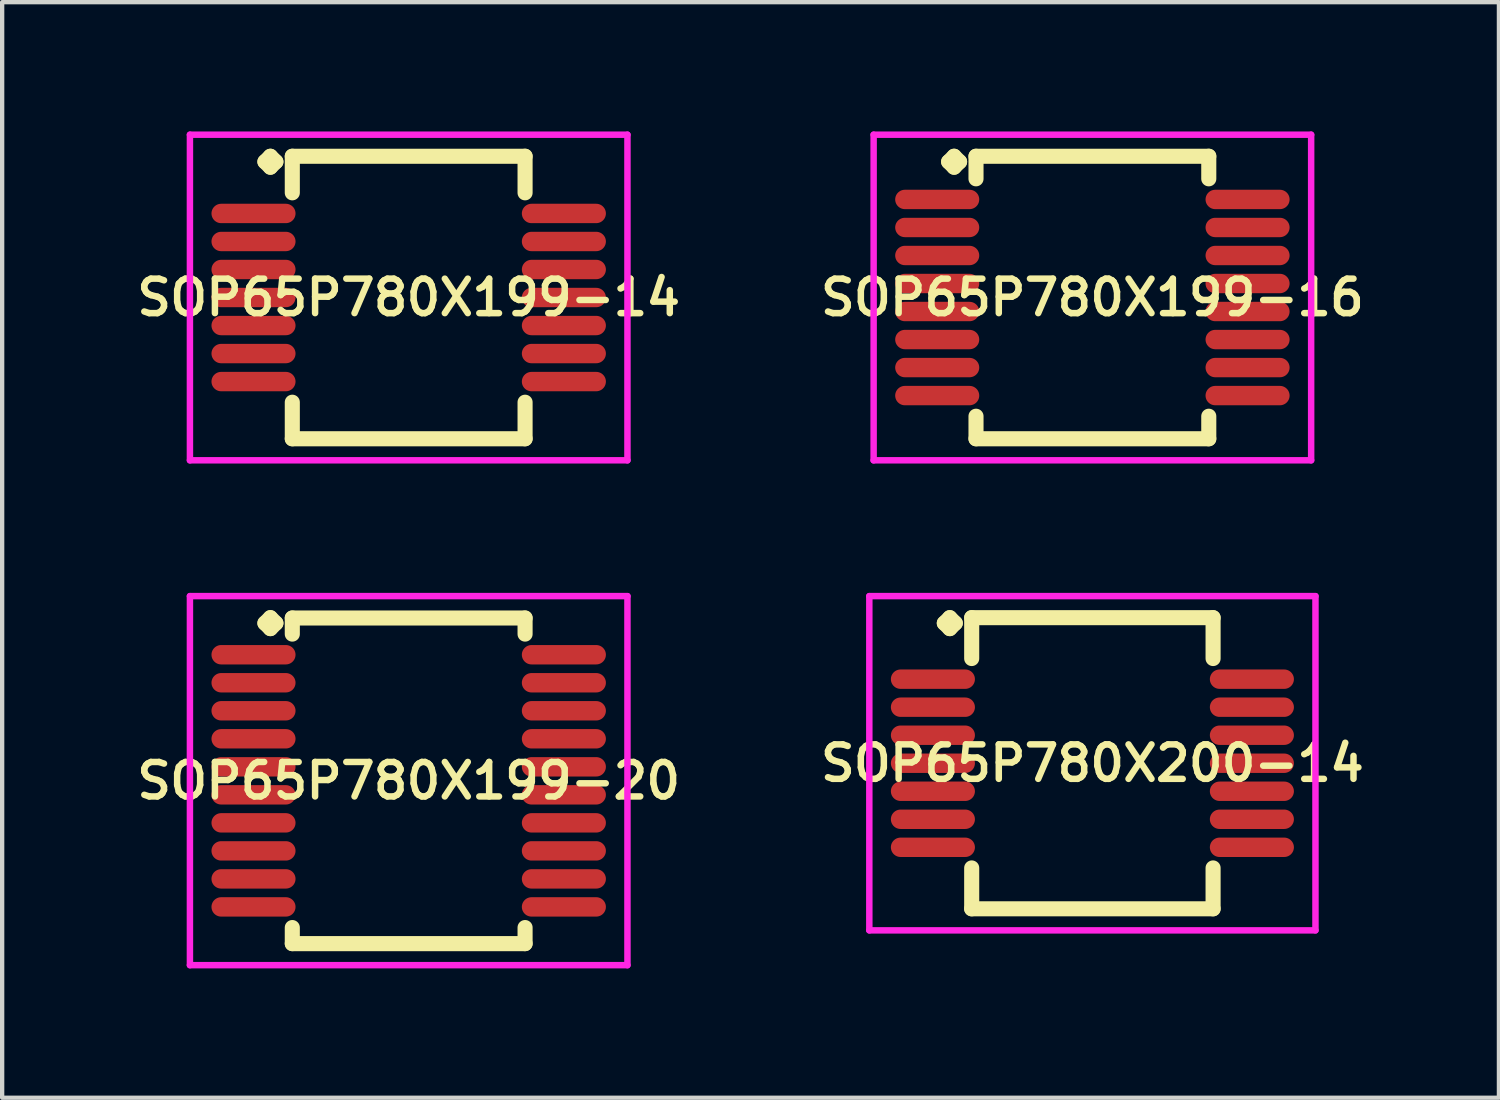
<source format=kicad_pcb>
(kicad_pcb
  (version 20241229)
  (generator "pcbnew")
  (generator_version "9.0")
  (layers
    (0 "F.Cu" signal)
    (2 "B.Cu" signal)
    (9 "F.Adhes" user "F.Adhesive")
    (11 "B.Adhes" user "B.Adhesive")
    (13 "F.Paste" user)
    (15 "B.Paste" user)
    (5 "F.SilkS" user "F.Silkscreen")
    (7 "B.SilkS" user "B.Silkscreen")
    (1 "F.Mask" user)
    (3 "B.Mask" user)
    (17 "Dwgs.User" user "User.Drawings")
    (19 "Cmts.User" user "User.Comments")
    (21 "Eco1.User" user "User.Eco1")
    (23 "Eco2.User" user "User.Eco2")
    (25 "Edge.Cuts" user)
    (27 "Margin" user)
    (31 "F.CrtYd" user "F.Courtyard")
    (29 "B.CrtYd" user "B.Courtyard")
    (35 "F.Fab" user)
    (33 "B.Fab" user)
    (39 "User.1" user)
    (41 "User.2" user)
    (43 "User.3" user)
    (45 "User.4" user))
  (footprint "SOP65P780X200-14"
    (layer "F.Cu")
    (at 22.292 14.656)
    (property "Reference" "SOP65P780X200-14" (at 0 0 0) (layer "F.SilkS") (effects (font (size 0.8 0.8) (thickness 0.15))))
    (attr smd)
    (fp_line (start -3.435 -3.25) (end -3.308 -3.377) (stroke (width 0.35) (type solid)) (layer "F.SilkS"))
    (fp_line (start -3.308 -3.377) (end -3.181 -3.25) (stroke (width 0.35) (type solid)) (layer "F.SilkS"))
    (fp_line (start -3.308 -3.123) (end -3.435 -3.25) (stroke (width 0.35) (type solid)) (layer "F.SilkS"))
    (fp_line (start -3.181 -3.25) (end -3.308 -3.123) (stroke (width 0.35) (type solid)) (layer "F.SilkS"))
    (fp_line (start -2.8 -3.377) (end 2.8 -3.377) (stroke (width 0.35) (type solid)) (layer "F.SilkS"))
    (fp_line (start -2.8 -2.429) (end -2.8 -3.377) (stroke (width 0.35) (type solid)) (layer "F.SilkS"))
    (fp_line (start -2.8 2.429) (end -2.8 3.377) (stroke (width 0.35) (type solid)) (layer "F.SilkS"))
    (fp_line (start -2.8 3.377) (end 2.8 3.377) (stroke (width 0.35) (type solid)) (layer "F.SilkS"))
    (fp_line (start 2.8 -3.377) (end 2.8 -2.429) (stroke (width 0.35) (type solid)) (layer "F.SilkS"))
    (fp_line (start 2.8 3.377) (end 2.8 2.429) (stroke (width 0.35) (type solid)) (layer "F.SilkS"))
    (fp_line (start -5.175 -3.877) (end 5.175 -3.877) (stroke (width 0.15) (type solid)) (layer "F.CrtYd"))
    (fp_line (start -5.175 3.877) (end -5.175 -3.877) (stroke (width 0.15) (type solid)) (layer "F.CrtYd"))
    (fp_line (start 5.175 -3.877) (end 5.175 3.877) (stroke (width 0.15) (type solid)) (layer "F.CrtYd"))
    (fp_line (start 5.175 3.877) (end -5.175 3.877) (stroke (width 0.15) (type solid)) (layer "F.CrtYd"))
    (pad "1" smd oval (at -3.7 -1.95) (size 1.95 0.45) (layers "F.Cu" "F.Mask" "F.Paste"))
    (pad "2" smd oval (at -3.7 -1.3) (size 1.95 0.45) (layers "F.Cu" "F.Mask" "F.Paste"))
    (pad "3" smd oval (at -3.7 -0.65) (size 1.95 0.45) (layers "F.Cu" "F.Mask" "F.Paste"))
    (pad "4" smd oval (at -3.7 0) (size 1.95 0.45) (layers "F.Cu" "F.Mask" "F.Paste"))
    (pad "5" smd oval (at -3.7 0.65) (size 1.95 0.45) (layers "F.Cu" "F.Mask" "F.Paste"))
    (pad "6" smd oval (at -3.7 1.3) (size 1.95 0.45) (layers "F.Cu" "F.Mask" "F.Paste"))
    (pad "7" smd oval (at -3.7 1.95) (size 1.95 0.45) (layers "F.Cu" "F.Mask" "F.Paste"))
    (pad "8" smd oval (at 3.7 1.95) (size 1.95 0.45) (layers "F.Cu" "F.Mask" "F.Paste"))
    (pad "9" smd oval (at 3.7 1.3) (size 1.95 0.45) (layers "F.Cu" "F.Mask" "F.Paste"))
    (pad "10" smd oval (at 3.7 0.65) (size 1.95 0.45) (layers "F.Cu" "F.Mask" "F.Paste"))
    (pad "11" smd oval (at 3.7 0) (size 1.95 0.45) (layers "F.Cu" "F.Mask" "F.Paste"))
    (pad "12" smd oval (at 3.7 -0.65) (size 1.95 0.45) (layers "F.Cu" "F.Mask" "F.Paste"))
    (pad "13" smd oval (at 3.7 -1.3) (size 1.95 0.45) (layers "F.Cu" "F.Mask" "F.Paste"))
    (pad "14" smd oval (at 3.7 -1.95) (size 1.95 0.45) (layers "F.Cu" "F.Mask" "F.Paste")))
  (footprint "SOP65P780X199-14"
    (layer "F.Cu")
    (at 6.431 3.852)
    (property "Reference" "SOP65P780X199-14" (at 0 0 0) (layer "F.SilkS") (effects (font (size 0.8 0.8) (thickness 0.15))))
    (attr smd)
    (fp_line (start -3.335 -3.15) (end -3.208 -3.277) (stroke (width 0.35) (type solid)) (layer "F.SilkS"))
    (fp_line (start -3.208 -3.277) (end -3.081 -3.15) (stroke (width 0.35) (type solid)) (layer "F.SilkS"))
    (fp_line (start -3.208 -3.023) (end -3.335 -3.15) (stroke (width 0.35) (type solid)) (layer "F.SilkS"))
    (fp_line (start -3.081 -3.15) (end -3.208 -3.023) (stroke (width 0.35) (type solid)) (layer "F.SilkS"))
    (fp_line (start -2.7 -3.277) (end 2.7 -3.277) (stroke (width 0.35) (type solid)) (layer "F.SilkS"))
    (fp_line (start -2.7 -2.429) (end -2.7 -3.277) (stroke (width 0.35) (type solid)) (layer "F.SilkS"))
    (fp_line (start -2.7 2.429) (end -2.7 3.277) (stroke (width 0.35) (type solid)) (layer "F.SilkS"))
    (fp_line (start -2.7 3.277) (end 2.7 3.277) (stroke (width 0.35) (type solid)) (layer "F.SilkS"))
    (fp_line (start 2.7 -3.277) (end 2.7 -2.429) (stroke (width 0.35) (type solid)) (layer "F.SilkS"))
    (fp_line (start 2.7 3.277) (end 2.7 2.429) (stroke (width 0.35) (type solid)) (layer "F.SilkS"))
    (fp_line (start -5.075 -3.777) (end 5.075 -3.777) (stroke (width 0.15) (type solid)) (layer "F.CrtYd"))
    (fp_line (start -5.075 3.777) (end -5.075 -3.777) (stroke (width 0.15) (type solid)) (layer "F.CrtYd"))
    (fp_line (start 5.075 -3.777) (end 5.075 3.777) (stroke (width 0.15) (type solid)) (layer "F.CrtYd"))
    (fp_line (start 5.075 3.777) (end -5.075 3.777) (stroke (width 0.15) (type solid)) (layer "F.CrtYd"))
    (pad "1" smd oval (at -3.6 -1.95) (size 1.95 0.45) (layers "F.Cu" "F.Mask" "F.Paste"))
    (pad "2" smd oval (at -3.6 -1.3) (size 1.95 0.45) (layers "F.Cu" "F.Mask" "F.Paste"))
    (pad "3" smd oval (at -3.6 -0.65) (size 1.95 0.45) (layers "F.Cu" "F.Mask" "F.Paste"))
    (pad "4" smd oval (at -3.6 0) (size 1.95 0.45) (layers "F.Cu" "F.Mask" "F.Paste"))
    (pad "5" smd oval (at -3.6 0.65) (size 1.95 0.45) (layers "F.Cu" "F.Mask" "F.Paste"))
    (pad "6" smd oval (at -3.6 1.3) (size 1.95 0.45) (layers "F.Cu" "F.Mask" "F.Paste"))
    (pad "7" smd oval (at -3.6 1.95) (size 1.95 0.45) (layers "F.Cu" "F.Mask" "F.Paste"))
    (pad "8" smd oval (at 3.6 1.95) (size 1.95 0.45) (layers "F.Cu" "F.Mask" "F.Paste"))
    (pad "9" smd oval (at 3.6 1.3) (size 1.95 0.45) (layers "F.Cu" "F.Mask" "F.Paste"))
    (pad "10" smd oval (at 3.6 0.65) (size 1.95 0.45) (layers "F.Cu" "F.Mask" "F.Paste"))
    (pad "11" smd oval (at 3.6 0) (size 1.95 0.45) (layers "F.Cu" "F.Mask" "F.Paste"))
    (pad "12" smd oval (at 3.6 -0.65) (size 1.95 0.45) (layers "F.Cu" "F.Mask" "F.Paste"))
    (pad "13" smd oval (at 3.6 -1.3) (size 1.95 0.45) (layers "F.Cu" "F.Mask" "F.Paste"))
    (pad "14" smd oval (at 3.6 -1.95) (size 1.95 0.45) (layers "F.Cu" "F.Mask" "F.Paste")))
  (footprint "SOP65P780X199-16"
    (layer "F.Cu")
    (at 22.292 3.852)
    (property "Reference" "SOP65P780X199-16" (at 0 0 0) (layer "F.SilkS") (effects (font (size 0.8 0.8) (thickness 0.15))))
    (attr smd)
    (fp_line (start -3.335 -3.15) (end -3.208 -3.277) (stroke (width 0.35) (type solid)) (layer "F.SilkS"))
    (fp_line (start -3.208 -3.277) (end -3.081 -3.15) (stroke (width 0.35) (type solid)) (layer "F.SilkS"))
    (fp_line (start -3.208 -3.023) (end -3.335 -3.15) (stroke (width 0.35) (type solid)) (layer "F.SilkS"))
    (fp_line (start -3.081 -3.15) (end -3.208 -3.023) (stroke (width 0.35) (type solid)) (layer "F.SilkS"))
    (fp_line (start -2.7 -3.277) (end 2.7 -3.277) (stroke (width 0.35) (type solid)) (layer "F.SilkS"))
    (fp_line (start -2.7 -2.754) (end -2.7 -3.277) (stroke (width 0.35) (type solid)) (layer "F.SilkS"))
    (fp_line (start -2.7 2.754) (end -2.7 3.277) (stroke (width 0.35) (type solid)) (layer "F.SilkS"))
    (fp_line (start -2.7 3.277) (end 2.7 3.277) (stroke (width 0.35) (type solid)) (layer "F.SilkS"))
    (fp_line (start 2.7 -3.277) (end 2.7 -2.754) (stroke (width 0.35) (type solid)) (layer "F.SilkS"))
    (fp_line (start 2.7 3.277) (end 2.7 2.754) (stroke (width 0.35) (type solid)) (layer "F.SilkS"))
    (fp_line (start -5.075 -3.777) (end 5.075 -3.777) (stroke (width 0.15) (type solid)) (layer "F.CrtYd"))
    (fp_line (start -5.075 3.777) (end -5.075 -3.777) (stroke (width 0.15) (type solid)) (layer "F.CrtYd"))
    (fp_line (start 5.075 -3.777) (end 5.075 3.777) (stroke (width 0.15) (type solid)) (layer "F.CrtYd"))
    (fp_line (start 5.075 3.777) (end -5.075 3.777) (stroke (width 0.15) (type solid)) (layer "F.CrtYd"))
    (pad "1" smd oval (at -3.6 -2.275) (size 1.95 0.45) (layers "F.Cu" "F.Mask" "F.Paste"))
    (pad "2" smd oval (at -3.6 -1.625) (size 1.95 0.45) (layers "F.Cu" "F.Mask" "F.Paste"))
    (pad "3" smd oval (at -3.6 -0.975) (size 1.95 0.45) (layers "F.Cu" "F.Mask" "F.Paste"))
    (pad "4" smd oval (at -3.6 -0.325) (size 1.95 0.45) (layers "F.Cu" "F.Mask" "F.Paste"))
    (pad "5" smd oval (at -3.6 0.325) (size 1.95 0.45) (layers "F.Cu" "F.Mask" "F.Paste"))
    (pad "6" smd oval (at -3.6 0.975) (size 1.95 0.45) (layers "F.Cu" "F.Mask" "F.Paste"))
    (pad "7" smd oval (at -3.6 1.625) (size 1.95 0.45) (layers "F.Cu" "F.Mask" "F.Paste"))
    (pad "8" smd oval (at -3.6 2.275) (size 1.95 0.45) (layers "F.Cu" "F.Mask" "F.Paste"))
    (pad "9" smd oval (at 3.6 2.275) (size 1.95 0.45) (layers "F.Cu" "F.Mask" "F.Paste"))
    (pad "10" smd oval (at 3.6 1.625) (size 1.95 0.45) (layers "F.Cu" "F.Mask" "F.Paste"))
    (pad "11" smd oval (at 3.6 0.975) (size 1.95 0.45) (layers "F.Cu" "F.Mask" "F.Paste"))
    (pad "12" smd oval (at 3.6 0.325) (size 1.95 0.45) (layers "F.Cu" "F.Mask" "F.Paste"))
    (pad "13" smd oval (at 3.6 -0.325) (size 1.95 0.45) (layers "F.Cu" "F.Mask" "F.Paste"))
    (pad "14" smd oval (at 3.6 -0.975) (size 1.95 0.45) (layers "F.Cu" "F.Mask" "F.Paste"))
    (pad "15" smd oval (at 3.6 -1.625) (size 1.95 0.45) (layers "F.Cu" "F.Mask" "F.Paste"))
    (pad "16" smd oval (at 3.6 -2.275) (size 1.95 0.45) (layers "F.Cu" "F.Mask" "F.Paste")))
  (footprint "SOP65P780X199-20"
    (layer "F.Cu")
    (at 6.431 15.064)
    (property "Reference" "SOP65P780X199-20" (at 0 0 0) (layer "F.SilkS") (effects (font (size 0.8 0.8) (thickness 0.15))))
    (attr smd)
    (fp_line (start -3.335 -3.658) (end -3.208 -3.785) (stroke (width 0.35) (type solid)) (layer "F.SilkS"))
    (fp_line (start -3.208 -3.785) (end -3.081 -3.658) (stroke (width 0.35) (type solid)) (layer "F.SilkS"))
    (fp_line (start -3.208 -3.531) (end -3.335 -3.658) (stroke (width 0.35) (type solid)) (layer "F.SilkS"))
    (fp_line (start -3.081 -3.658) (end -3.208 -3.531) (stroke (width 0.35) (type solid)) (layer "F.SilkS"))
    (fp_line (start -2.7 -3.777) (end 2.7 -3.777) (stroke (width 0.35) (type solid)) (layer "F.SilkS"))
    (fp_line (start -2.7 -3.404) (end -2.7 -3.777) (stroke (width 0.35) (type solid)) (layer "F.SilkS"))
    (fp_line (start -2.7 3.404) (end -2.7 3.777) (stroke (width 0.35) (type solid)) (layer "F.SilkS"))
    (fp_line (start -2.7 3.777) (end 2.7 3.777) (stroke (width 0.35) (type solid)) (layer "F.SilkS"))
    (fp_line (start 2.7 -3.777) (end 2.7 -3.404) (stroke (width 0.35) (type solid)) (layer "F.SilkS"))
    (fp_line (start 2.7 3.777) (end 2.7 3.404) (stroke (width 0.35) (type solid)) (layer "F.SilkS"))
    (fp_line (start -5.075 -4.285) (end 5.075 -4.285) (stroke (width 0.15) (type solid)) (layer "F.CrtYd"))
    (fp_line (start -5.075 4.277) (end -5.075 -4.285) (stroke (width 0.15) (type solid)) (layer "F.CrtYd"))
    (fp_line (start 5.075 -4.285) (end 5.075 4.277) (stroke (width 0.15) (type solid)) (layer "F.CrtYd"))
    (fp_line (start 5.075 4.277) (end -5.075 4.277) (stroke (width 0.15) (type solid)) (layer "F.CrtYd"))
    (pad "1" smd oval (at -3.6 -2.925) (size 1.95 0.45) (layers "F.Cu" "F.Mask" "F.Paste"))
    (pad "2" smd oval (at -3.6 -2.275) (size 1.95 0.45) (layers "F.Cu" "F.Mask" "F.Paste"))
    (pad "3" smd oval (at -3.6 -1.625) (size 1.95 0.45) (layers "F.Cu" "F.Mask" "F.Paste"))
    (pad "4" smd oval (at -3.6 -0.975) (size 1.95 0.45) (layers "F.Cu" "F.Mask" "F.Paste"))
    (pad "5" smd oval (at -3.6 -0.325) (size 1.95 0.45) (layers "F.Cu" "F.Mask" "F.Paste"))
    (pad "6" smd oval (at -3.6 0.325) (size 1.95 0.45) (layers "F.Cu" "F.Mask" "F.Paste"))
    (pad "7" smd oval (at -3.6 0.975) (size 1.95 0.45) (layers "F.Cu" "F.Mask" "F.Paste"))
    (pad "8" smd oval (at -3.6 1.625) (size 1.95 0.45) (layers "F.Cu" "F.Mask" "F.Paste"))
    (pad "9" smd oval (at -3.6 2.275) (size 1.95 0.45) (layers "F.Cu" "F.Mask" "F.Paste"))
    (pad "10" smd oval (at -3.6 2.925) (size 1.95 0.45) (layers "F.Cu" "F.Mask" "F.Paste"))
    (pad "11" smd oval (at 3.6 2.925) (size 1.95 0.45) (layers "F.Cu" "F.Mask" "F.Paste"))
    (pad "12" smd oval (at 3.6 2.275) (size 1.95 0.45) (layers "F.Cu" "F.Mask" "F.Paste"))
    (pad "13" smd oval (at 3.6 1.625) (size 1.95 0.45) (layers "F.Cu" "F.Mask" "F.Paste"))
    (pad "14" smd oval (at 3.6 0.975) (size 1.95 0.45) (layers "F.Cu" "F.Mask" "F.Paste"))
    (pad "15" smd oval (at 3.6 0.325) (size 1.95 0.45) (layers "F.Cu" "F.Mask" "F.Paste"))
    (pad "16" smd oval (at 3.6 -0.325) (size 1.95 0.45) (layers "F.Cu" "F.Mask" "F.Paste"))
    (pad "17" smd oval (at 3.6 -0.975) (size 1.95 0.45) (layers "F.Cu" "F.Mask" "F.Paste"))
    (pad "18" smd oval (at 3.6 -1.625) (size 1.95 0.45) (layers "F.Cu" "F.Mask" "F.Paste"))
    (pad "19" smd oval (at 3.6 -2.275) (size 1.95 0.45) (layers "F.Cu" "F.Mask" "F.Paste"))
    (pad "20" smd oval (at 3.6 -2.925) (size 1.95 0.45) (layers "F.Cu" "F.Mask" "F.Paste")))
  (gr_rect
    (start -3 -3)
    (end 31.723 22.416)
    (stroke (width 0.1) (type default))
    (fill no)
    (layer "Edge.Cuts")))
</source>
